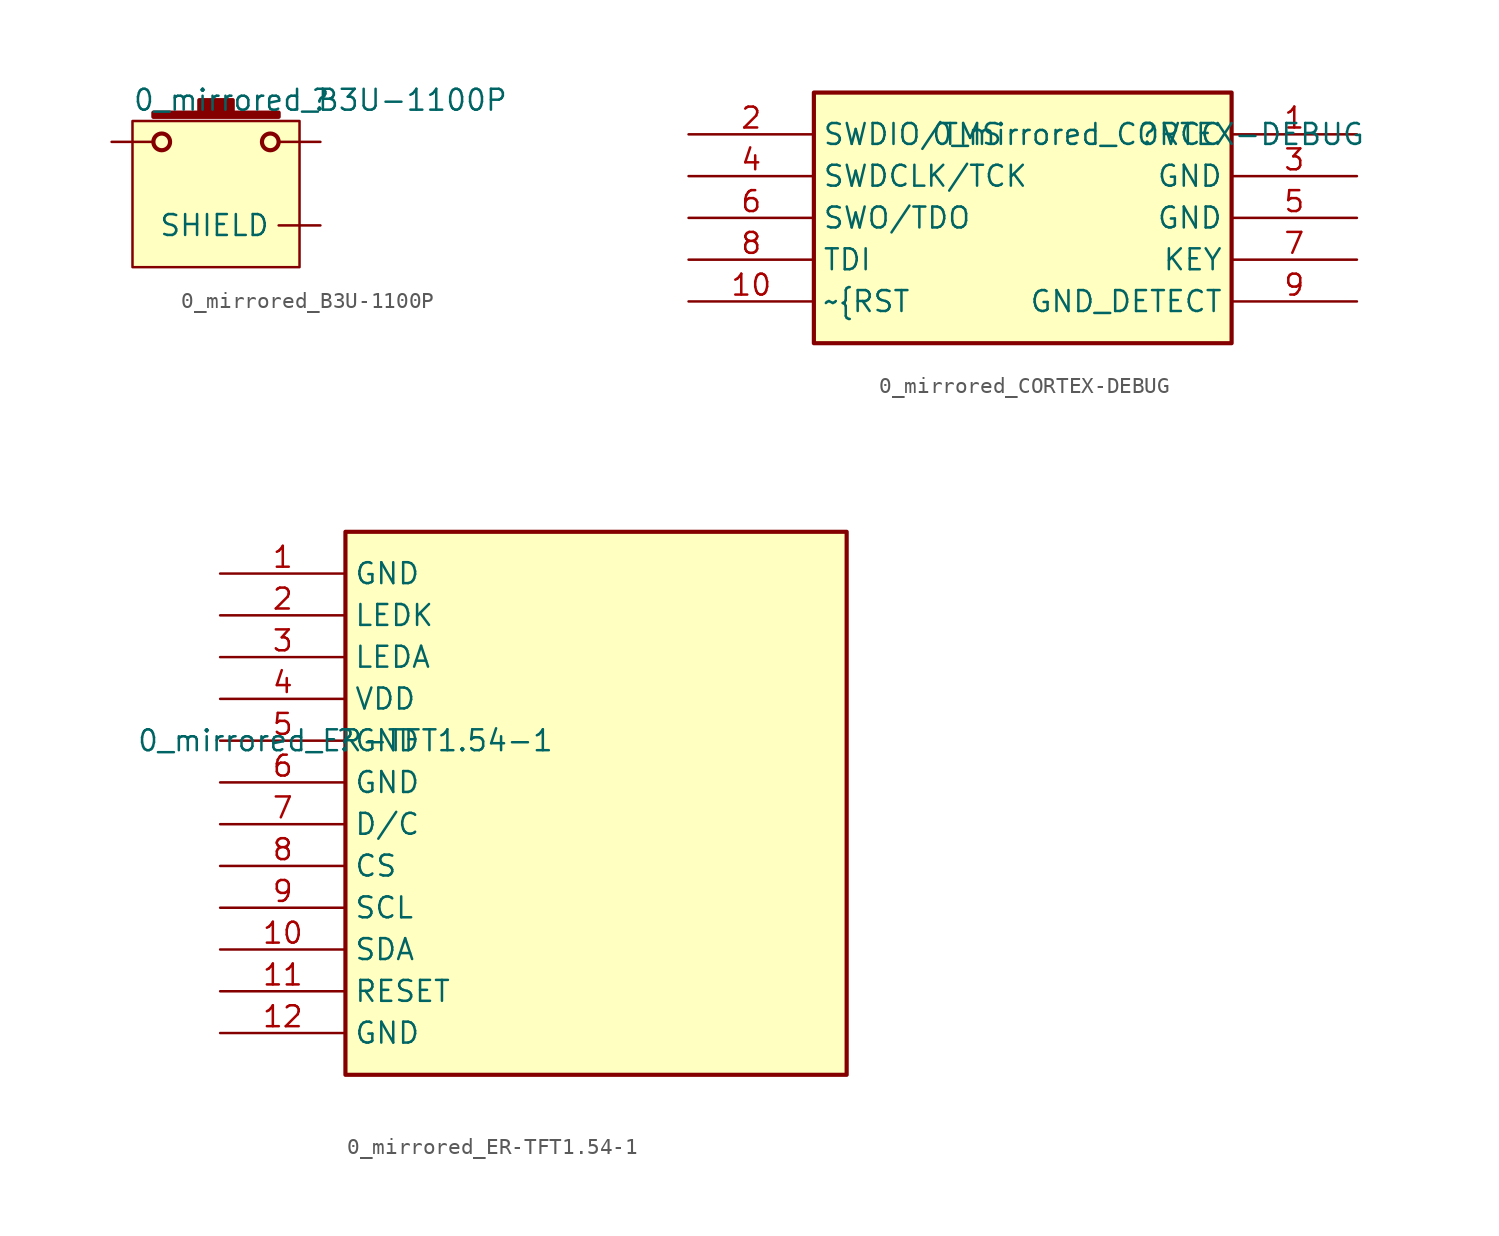
<source format=kicad_sym>
(kicad_symbol_lib
  (version 20211014)
  (generator kicad_symbol_editor)
  (symbol "0_mirrored_B3U-1100P"
    (property "Reference" ""
      (at 0 0 0)
      (effects (font (size 1.27 1.27))))
    (property "Value" "0_mirrored_B3U-1100P"
      (at 0 0 0)
      (effects (font (size 1.27 1.27))))
    (symbol "0_mirrored_B3U-1100P_1_0"
      (circle (center -9.652 -2.54) (radius 0.508) (stroke (width 0.254) (type default) (color 0 0 0 0)) (fill (type none)))
      (circle (center -3.048 -2.54) (radius 0.508) (stroke (width 0.254) (type default) (color 0 0 0 0)) (fill (type none)))
      (rectangle (start -1.27 -1.27) (end -11.43 -10.16) (stroke (width 0) (type default) (color 0 0 0 0)) (fill (type background)))
      (polyline (pts (xy -2.54 -0.762) (xy -2.54 -1.016) (xy -10.16 -1.016) (xy -10.16 -0.762) (xy -7.366 -0.762) (xy -7.366 0) (xy -5.334 0) (xy -5.334 -0.762) (xy -2.54 -0.762)) (stroke (width 0.254) (type default) (color 0 0 0 0)) (fill (type outline)))
      (pin passive line (at 0 -2.54 180) (length 2.54) (name "1" (effects (font (size 0 0)))) (number "1" (effects (font (size 0 0)))))
      (pin passive line (at -12.7 -2.54 0) (length 2.54) (name "2" (effects (font (size 0 0)))) (number "2" (effects (font (size 0 0)))))
      (pin passive line (at 0 -7.62 180) (length 2.54) (name "SHIELD" (effects (font (size 1.27 1.27)))) (number "S" (effects (font (size 0 0)))))))
  (symbol "0_mirrored_CORTEX-DEBUG"
    (property "Reference" ""
      (at 0 0 0)
      (effects (font (size 1.27 1.27))))
    (property "Value" "0_mirrored_CORTEX-DEBUG"
      (at 0 0 0)
      (effects (font (size 1.27 1.27))))
    (symbol "0_mirrored_CORTEX-DEBUG_1_0"
      (rectangle (start 5.08 2.54) (end -20.32 -12.7) (stroke (width 0.254) (type default) (color 0 0 0 0)) (fill (type background)))
      (pin passive line (at 12.7 0 180) (length 7.62) (name "VCC" (effects (font (size 1.27 1.27)))) (number "1" (effects (font (size 1.27 1.27)))))
      (pin passive line (at -27.94 -10.16 0) (length 7.62) (name "~{RST" (effects (font (size 1.27 1.27)))) (number "10" (effects (font (size 1.27 1.27)))))
      (pin passive line (at -27.94 0 0) (length 7.62) (name "SWDIO/TMS" (effects (font (size 1.27 1.27)))) (number "2" (effects (font (size 1.27 1.27)))))
      (pin passive line (at 12.7 -2.54 180) (length 7.62) (name "GND" (effects (font (size 1.27 1.27)))) (number "3" (effects (font (size 1.27 1.27)))))
      (pin passive line (at -27.94 -2.54 0) (length 7.62) (name "SWDCLK/TCK" (effects (font (size 1.27 1.27)))) (number "4" (effects (font (size 1.27 1.27)))))
      (pin passive line (at 12.7 -5.08 180) (length 7.62) (name "GND" (effects (font (size 1.27 1.27)))) (number "5" (effects (font (size 1.27 1.27)))))
      (pin passive line (at -27.94 -5.08 0) (length 7.62) (name "SWO/TDO" (effects (font (size 1.27 1.27)))) (number "6" (effects (font (size 1.27 1.27)))))
      (pin passive line (at 12.7 -7.62 180) (length 7.62) (name "KEY" (effects (font (size 1.27 1.27)))) (number "7" (effects (font (size 1.27 1.27)))))
      (pin passive line (at -27.94 -7.62 0) (length 7.62) (name "TDI" (effects (font (size 1.27 1.27)))) (number "8" (effects (font (size 1.27 1.27)))))
      (pin passive line (at 12.7 -10.16 180) (length 7.62) (name "GND_DETECT" (effects (font (size 1.27 1.27)))) (number "9" (effects (font (size 1.27 1.27)))))))
  (symbol "0_mirrored_ER-TFT1.54-1"
    (property "Reference" ""
      (at 0 0 0)
      (effects (font (size 1.27 1.27))))
    (property "Value" "0_mirrored_ER-TFT1.54-1"
      (at 0 0 0)
      (effects (font (size 1.27 1.27))))
    (symbol "0_mirrored_ER-TFT1.54-1_1_0"
      (rectangle (start 30.48 12.7) (end 0 -20.32) (stroke (width 0.254) (type default) (color 0 0 0 0)) (fill (type background)))
      (pin passive line (at -7.62 10.16 0) (length 7.62) (name "GND" (effects (font (size 1.27 1.27)))) (number "1" (effects (font (size 1.27 1.27)))))
      (pin passive line (at -7.62 -12.7 0) (length 7.62) (name "SDA" (effects (font (size 1.27 1.27)))) (number "10" (effects (font (size 1.27 1.27)))))
      (pin passive line (at -7.62 -15.24 0) (length 7.62) (name "RESET" (effects (font (size 1.27 1.27)))) (number "11" (effects (font (size 1.27 1.27)))))
      (pin passive line (at -7.62 -17.78 0) (length 7.62) (name "GND" (effects (font (size 1.27 1.27)))) (number "12" (effects (font (size 1.27 1.27)))))
      (pin passive line (at -7.62 7.62 0) (length 7.62) (name "LEDK" (effects (font (size 1.27 1.27)))) (number "2" (effects (font (size 1.27 1.27)))))
      (pin passive line (at -7.62 5.08 0) (length 7.62) (name "LEDA" (effects (font (size 1.27 1.27)))) (number "3" (effects (font (size 1.27 1.27)))))
      (pin passive line (at -7.62 2.54 0) (length 7.62) (name "VDD" (effects (font (size 1.27 1.27)))) (number "4" (effects (font (size 1.27 1.27)))))
      (pin passive line (at -7.62 0 0) (length 7.62) (name "GND" (effects (font (size 1.27 1.27)))) (number "5" (effects (font (size 1.27 1.27)))))
      (pin passive line (at -7.62 -2.54 0) (length 7.62) (name "GND" (effects (font (size 1.27 1.27)))) (number "6" (effects (font (size 1.27 1.27)))))
      (pin passive line (at -7.62 -5.08 0) (length 7.62) (name "D/C" (effects (font (size 1.27 1.27)))) (number "7" (effects (font (size 1.27 1.27)))))
      (pin passive line (at -7.62 -7.62 0) (length 7.62) (name "CS" (effects (font (size 1.27 1.27)))) (number "8" (effects (font (size 1.27 1.27)))))
      (pin passive line (at -7.62 -10.16 0) (length 7.62) (name "SCL" (effects (font (size 1.27 1.27)))) (number "9" (effects (font (size 1.27 1.27))))))))
</source>
